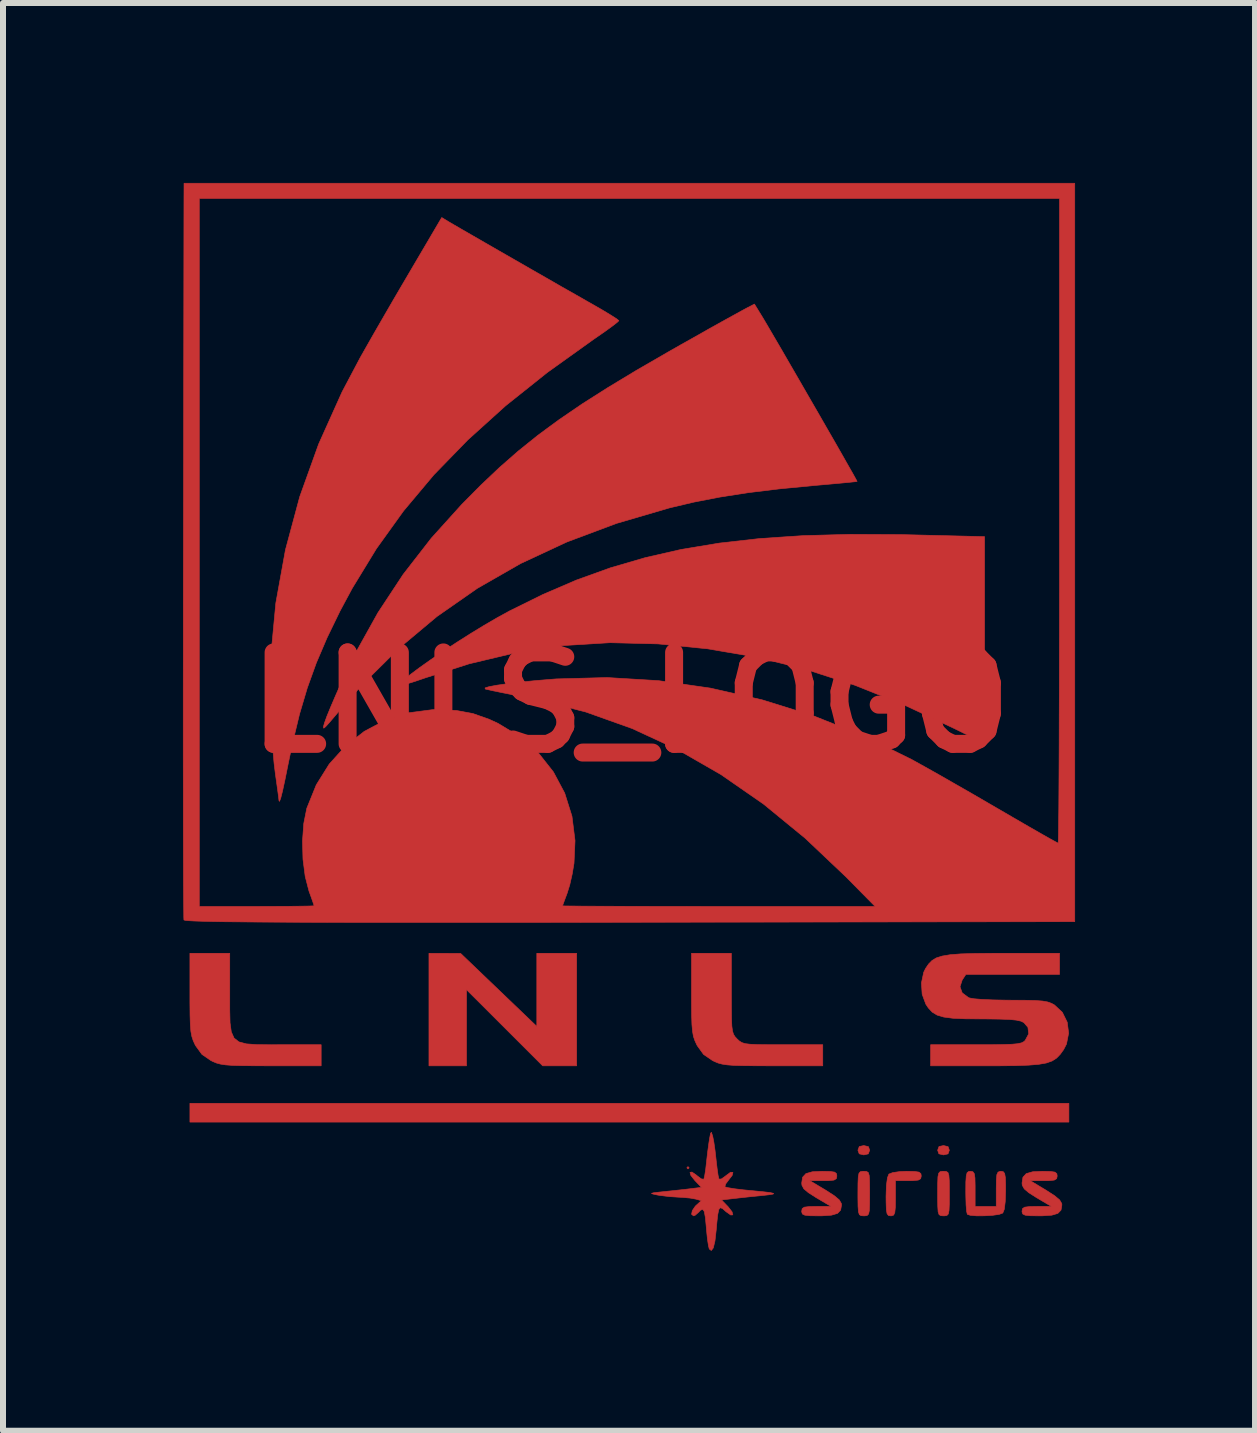
<source format=kicad_pcb>
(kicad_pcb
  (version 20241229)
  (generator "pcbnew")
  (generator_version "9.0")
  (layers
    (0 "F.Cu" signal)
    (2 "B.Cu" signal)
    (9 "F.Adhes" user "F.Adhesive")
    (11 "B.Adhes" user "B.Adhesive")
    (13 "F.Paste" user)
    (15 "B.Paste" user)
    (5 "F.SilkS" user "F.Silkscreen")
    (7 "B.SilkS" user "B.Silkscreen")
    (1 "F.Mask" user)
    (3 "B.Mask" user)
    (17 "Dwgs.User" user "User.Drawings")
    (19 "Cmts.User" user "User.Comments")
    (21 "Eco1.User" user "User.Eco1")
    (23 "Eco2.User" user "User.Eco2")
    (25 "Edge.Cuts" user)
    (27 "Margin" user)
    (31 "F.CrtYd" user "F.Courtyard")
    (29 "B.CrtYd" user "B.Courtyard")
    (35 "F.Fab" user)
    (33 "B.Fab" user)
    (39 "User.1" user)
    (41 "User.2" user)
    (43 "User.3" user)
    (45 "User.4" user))
  (footprint "LNLS_LOGO"
    (layer "F.Cu")
    (at 7.462 8.661)
    (property "Reference" "LNLS_LOGO" (at 0 0 0) (layer "F.Cu") (effects (font (size 1.524 1.524) (thickness 0.3))))
    (attr through_hole)
    (fp_poly (pts (xy 0.977 7.757) (xy 0.957 7.776) (xy 0.938 7.757) (xy 0.957 7.737) (xy 0.977 7.757)) (stroke (width 0.01) (type solid)) (fill yes) (layer "F.Cu"))
    (fp_poly (pts (xy 7.307 6.995) (xy -7.346 6.995) (xy -7.346 6.682) (xy 7.307 6.682) (xy 7.307 6.995)) (stroke (width 0.01) (type solid)) (fill yes) (layer "F.Cu"))
    (fp_poly (pts (xy 3.965 7.404) (xy 3.986 7.464) (xy 3.963 7.525) (xy 3.888 7.542) (xy 3.812 7.524) (xy 3.79 7.464) (xy 3.813 7.402) (xy 3.888 7.386) (xy 3.965 7.404)) (stroke (width 0.01) (type solid)) (fill yes) (layer "F.Cu"))
    (fp_poly (pts (xy 5.293 7.404) (xy 5.314 7.464) (xy 5.292 7.525) (xy 5.217 7.542) (xy 5.14 7.524) (xy 5.119 7.464) (xy 5.142 7.402) (xy 5.217 7.386) (xy 5.293 7.404)) (stroke (width 0.01) (type solid)) (fill yes) (layer "F.Cu"))
    (fp_poly (pts (xy -0.899 6.057) (xy -1.465 6.057) (xy -2.1 5.422) (xy -2.735 4.788) (xy -2.735 6.057) (xy -3.361 6.057) (xy -3.361 4.181) (xy -3.097 4.182) (xy -2.833 4.183) (xy -1.563 5.4) (xy -1.563 4.181) (xy -0.899 4.181) (xy -0.899 6.057)) (stroke (width 0.01) (type solid)) (fill yes) (layer "F.Cu"))
    (fp_poly (pts (xy 3.933 7.818) (xy 3.962 7.835) (xy 3.978 7.883) (xy 3.984 7.974) (xy 3.986 8.124) (xy 3.986 8.187) (xy 3.985 8.359) (xy 3.981 8.467) (xy 3.968 8.527) (xy 3.944 8.552) (xy 3.905 8.558) (xy 3.888 8.558) (xy 3.843 8.555) (xy 3.814 8.538) (xy 3.799 8.491) (xy 3.792 8.399) (xy 3.79 8.249) (xy 3.79 8.187) (xy 3.791 8.015) (xy 3.796 7.906) (xy 3.808 7.847) (xy 3.832 7.821) (xy 3.872 7.815) (xy 3.888 7.815) (xy 3.933 7.818)) (stroke (width 0.01) (type solid)) (fill yes) (layer "F.Cu"))
    (fp_poly (pts (xy 5.262 7.818) (xy 5.291 7.835) (xy 5.306 7.883) (xy 5.313 7.974) (xy 5.314 8.124) (xy 5.314 8.187) (xy 5.314 8.359) (xy 5.309 8.467) (xy 5.297 8.527) (xy 5.273 8.552) (xy 5.233 8.558) (xy 5.217 8.558) (xy 5.172 8.555) (xy 5.143 8.538) (xy 5.127 8.491) (xy 5.121 8.399) (xy 5.119 8.249) (xy 5.119 8.187) (xy 5.12 8.015) (xy 5.124 7.906) (xy 5.137 7.847) (xy 5.161 7.821) (xy 5.2 7.815) (xy 5.217 7.815) (xy 5.262 7.818)) (stroke (width 0.01) (type solid)) (fill yes) (layer "F.Cu"))
    (fp_poly (pts (xy 4.734 7.818) (xy 4.809 7.829) (xy 4.84 7.855) (xy 4.846 7.894) (xy 4.836 7.939) (xy 4.796 7.962) (xy 4.706 7.971) (xy 4.631 7.972) (xy 4.416 7.972) (xy 4.416 8.265) (xy 4.414 8.415) (xy 4.405 8.503) (xy 4.386 8.545) (xy 4.352 8.557) (xy 4.338 8.558) (xy 4.299 8.552) (xy 4.276 8.522) (xy 4.264 8.455) (xy 4.26 8.333) (xy 4.259 8.234) (xy 4.265 8.052) (xy 4.282 7.924) (xy 4.306 7.862) (xy 4.37 7.837) (xy 4.487 7.82) (xy 4.599 7.815) (xy 4.734 7.818)) (stroke (width 0.01) (type solid)) (fill yes) (layer "F.Cu"))
    (fp_poly (pts (xy -6.682 4.847) (xy -6.682 5.127) (xy -6.677 5.339) (xy -6.656 5.491) (xy -6.61 5.594) (xy -6.529 5.658) (xy -6.405 5.691) (xy -6.226 5.704) (xy -5.984 5.706) (xy -5.824 5.705) (xy -5.158 5.705) (xy -5.158 6.057) (xy -5.99 6.057) (xy -6.268 6.056) (xy -6.48 6.054) (xy -6.637 6.05) (xy -6.753 6.041) (xy -6.838 6.028) (xy -6.905 6.01) (xy -6.966 5.984) (xy -6.996 5.969) (xy -7.145 5.867) (xy -7.25 5.723) (xy -7.259 5.707) (xy -7.291 5.637) (xy -7.314 5.567) (xy -7.33 5.482) (xy -7.339 5.369) (xy -7.344 5.212) (xy -7.346 4.999) (xy -7.346 4.857) (xy -7.346 4.181) (xy -6.682 4.181) (xy -6.682 4.847)) (stroke (width 0.01) (type solid)) (fill yes) (layer "F.Cu"))
    (fp_poly (pts (xy 6.213 7.822) (xy 6.236 7.851) (xy 6.248 7.919) (xy 6.252 8.04) (xy 6.252 8.14) (xy 6.246 8.321) (xy 6.23 8.449) (xy 6.205 8.511) (xy 6.146 8.533) (xy 6.037 8.549) (xy 5.902 8.557) (xy 5.769 8.558) (xy 5.664 8.549) (xy 5.614 8.532) (xy 5.602 8.483) (xy 5.593 8.376) (xy 5.589 8.23) (xy 5.588 8.161) (xy 5.589 7.995) (xy 5.596 7.893) (xy 5.61 7.839) (xy 5.637 7.818) (xy 5.666 7.815) (xy 5.706 7.822) (xy 5.73 7.854) (xy 5.741 7.926) (xy 5.744 8.056) (xy 5.744 8.108) (xy 5.744 8.402) (xy 6.096 8.402) (xy 6.096 8.108) (xy 6.098 7.959) (xy 6.106 7.871) (xy 6.126 7.829) (xy 6.16 7.816) (xy 6.174 7.815) (xy 6.213 7.822)) (stroke (width 0.01) (type solid)) (fill yes) (layer "F.Cu"))
    (fp_poly (pts (xy 3.327 7.818) (xy 3.402 7.829) (xy 3.433 7.855) (xy 3.439 7.894) (xy 3.43 7.938) (xy 3.391 7.962) (xy 3.304 7.971) (xy 3.214 7.972) (xy 2.989 7.972) (xy 3.253 8.13) (xy 3.397 8.223) (xy 3.48 8.293) (xy 3.514 8.353) (xy 3.517 8.376) (xy 3.502 8.462) (xy 3.45 8.517) (xy 3.348 8.547) (xy 3.184 8.558) (xy 3.138 8.558) (xy 2.99 8.556) (xy 2.905 8.547) (xy 2.864 8.527) (xy 2.853 8.491) (xy 2.853 8.48) (xy 2.861 8.437) (xy 2.897 8.413) (xy 2.98 8.403) (xy 3.097 8.401) (xy 3.341 8.4) (xy 3.097 8.256) (xy 2.965 8.172) (xy 2.889 8.108) (xy 2.857 8.049) (xy 2.853 8.01) (xy 2.868 7.914) (xy 2.923 7.854) (xy 3.03 7.823) (xy 3.193 7.815) (xy 3.327 7.818)) (stroke (width 0.01) (type solid)) (fill yes) (layer "F.Cu"))
    (fp_poly (pts (xy 7.001 7.818) (xy 7.075 7.829) (xy 7.106 7.855) (xy 7.112 7.894) (xy 7.103 7.938) (xy 7.064 7.962) (xy 6.977 7.971) (xy 6.887 7.972) (xy 6.663 7.972) (xy 6.926 8.13) (xy 7.07 8.223) (xy 7.153 8.293) (xy 7.188 8.353) (xy 7.19 8.376) (xy 7.176 8.462) (xy 7.123 8.517) (xy 7.022 8.547) (xy 6.858 8.558) (xy 6.811 8.558) (xy 6.664 8.556) (xy 6.578 8.547) (xy 6.538 8.527) (xy 6.526 8.491) (xy 6.526 8.48) (xy 6.534 8.437) (xy 6.571 8.413) (xy 6.653 8.403) (xy 6.77 8.401) (xy 7.014 8.4) (xy 6.77 8.256) (xy 6.638 8.172) (xy 6.563 8.108) (xy 6.53 8.049) (xy 6.526 8.01) (xy 6.541 7.914) (xy 6.596 7.854) (xy 6.703 7.823) (xy 6.866 7.815) (xy 7.001 7.818)) (stroke (width 0.01) (type solid)) (fill yes) (layer "F.Cu"))
    (fp_poly (pts (xy 1.68 4.847) (xy 1.681 5.09) (xy 1.683 5.267) (xy 1.688 5.392) (xy 1.699 5.475) (xy 1.716 5.531) (xy 1.741 5.571) (xy 1.775 5.608) (xy 1.776 5.609) (xy 1.814 5.644) (xy 1.854 5.669) (xy 1.909 5.687) (xy 1.992 5.697) (xy 2.115 5.703) (xy 2.291 5.705) (xy 2.532 5.705) (xy 3.204 5.705) (xy 3.204 6.057) (xy 2.372 6.057) (xy 2.095 6.056) (xy 1.883 6.054) (xy 1.725 6.05) (xy 1.61 6.041) (xy 1.525 6.028) (xy 1.458 6.01) (xy 1.397 5.984) (xy 1.366 5.969) (xy 1.217 5.867) (xy 1.113 5.723) (xy 1.104 5.707) (xy 1.072 5.637) (xy 1.048 5.567) (xy 1.033 5.482) (xy 1.023 5.369) (xy 1.018 5.212) (xy 1.016 4.999) (xy 1.016 4.857) (xy 1.016 4.181) (xy 1.68 4.181) (xy 1.68 4.847)) (stroke (width 0.01) (type solid)) (fill yes) (layer "F.Cu"))
    (fp_poly (pts (xy 4.504 -2.799) (xy 4.713 -2.794) (xy 5.901 -2.765) (xy 5.901 -1.051) (xy 5.9 -0.693) (xy 5.898 -0.361) (xy 5.895 -0.062) (xy 5.891 0.195) (xy 5.887 0.404) (xy 5.881 0.556) (xy 5.876 0.643) (xy 5.871 0.661) (xy 5.827 0.643) (xy 5.727 0.597) (xy 5.587 0.528) (xy 5.421 0.446) (xy 5.412 0.441) (xy 4.563 0.042) (xy 3.735 -0.289) (xy 2.919 -0.553) (xy 2.106 -0.754) (xy 1.285 -0.895) (xy 0.456 -0.977) (xy -0.342 -0.997) (xy -1.126 -0.949) (xy -1.905 -0.832) (xy -2.69 -0.645) (xy -3.421 -0.411) (xy -3.585 -0.355) (xy -3.722 -0.312) (xy -3.816 -0.289) (xy -3.847 -0.286) (xy -3.843 -0.314) (xy -3.78 -0.377) (xy -3.668 -0.469) (xy -3.515 -0.583) (xy -3.33 -0.714) (xy -3.121 -0.855) (xy -2.898 -1.002) (xy -2.668 -1.148) (xy -2.44 -1.287) (xy -2.224 -1.413) (xy -2.027 -1.521) (xy -2.026 -1.522) (xy -1.463 -1.8) (xy -0.903 -2.041) (xy -0.336 -2.245) (xy 0.246 -2.415) (xy 0.85 -2.553) (xy 1.486 -2.658) (xy 2.16 -2.734) (xy 2.883 -2.782) (xy 3.661 -2.803) (xy 4.504 -2.799)) (stroke (width 0.01) (type solid)) (fill yes) (layer "F.Cu"))
    (fp_poly (pts (xy -3.03 -8.013) (xy -2.958 -7.971) (xy -2.829 -7.896) (xy -2.652 -7.794) (xy -2.437 -7.67) (xy -2.196 -7.531) (xy -1.936 -7.382) (xy -1.67 -7.229) (xy -1.406 -7.078) (xy -1.156 -6.934) (xy -0.928 -6.805) (xy -0.734 -6.694) (xy -0.616 -6.627) (xy -0.455 -6.534) (xy -0.323 -6.454) (xy -0.232 -6.396) (xy -0.196 -6.366) (xy -0.195 -6.365) (xy -0.226 -6.335) (xy -0.309 -6.271) (xy -0.433 -6.181) (xy -0.586 -6.075) (xy -0.615 -6.055) (xy -1.386 -5.503) (xy -2.084 -4.946) (xy -2.713 -4.378) (xy -3.279 -3.796) (xy -3.785 -3.193) (xy -4.237 -2.564) (xy -4.64 -1.904) (xy -4.844 -1.524) (xy -5.059 -1.081) (xy -5.238 -0.662) (xy -5.389 -0.244) (xy -5.519 0.194) (xy -5.635 0.675) (xy -5.706 1.014) (xy -5.76 1.282) (xy -5.802 1.476) (xy -5.833 1.598) (xy -5.853 1.649) (xy -5.862 1.632) (xy -5.863 1.618) (xy -5.869 1.567) (xy -5.884 1.456) (xy -5.905 1.305) (xy -5.921 1.192) (xy -5.943 1.013) (xy -5.964 0.78) (xy -5.983 0.519) (xy -5.998 0.255) (xy -6.003 0.137) (xy -5.998 -0.761) (xy -5.914 -1.656) (xy -5.753 -2.546) (xy -5.515 -3.431) (xy -5.2 -4.308) (xy -4.809 -5.178) (xy -4.507 -5.749) (xy -4.409 -5.922) (xy -4.281 -6.147) (xy -4.131 -6.407) (xy -3.969 -6.687) (xy -3.804 -6.969) (xy -3.69 -7.163) (xy -3.148 -8.085) (xy -3.03 -8.013)) (stroke (width 0.01) (type solid)) (fill yes) (layer "F.Cu"))
    (fp_poly (pts (xy 2.167 -6.476) (xy 2.217 -6.394) (xy 2.296 -6.26) (xy 2.4 -6.082) (xy 2.524 -5.87) (xy 2.662 -5.631) (xy 2.811 -5.374) (xy 2.964 -5.108) (xy 3.118 -4.842) (xy 3.266 -4.584) (xy 3.405 -4.343) (xy 3.529 -4.126) (xy 3.632 -3.944) (xy 3.712 -3.804) (xy 3.761 -3.715) (xy 3.776 -3.686) (xy 3.737 -3.68) (xy 3.632 -3.669) (xy 3.474 -3.654) (xy 3.275 -3.636) (xy 3.047 -3.616) (xy 2.469 -3.56) (xy 1.954 -3.497) (xy 1.487 -3.424) (xy 1.054 -3.34) (xy 0.648 -3.244) (xy -0.236 -2.985) (xy -1.061 -2.676) (xy -1.832 -2.317) (xy -2.553 -1.904) (xy -3.227 -1.434) (xy -3.86 -0.904) (xy -4.456 -0.314) (xy -4.787 0.059) (xy -4.922 0.218) (xy -5.014 0.326) (xy -5.072 0.391) (xy -5.104 0.422) (xy -5.117 0.427) (xy -5.119 0.413) (xy -5.119 0.4) (xy -5.103 0.341) (xy -5.061 0.226) (xy -4.997 0.07) (xy -4.918 -0.114) (xy -4.831 -0.311) (xy -4.742 -0.506) (xy -4.657 -0.685) (xy -4.599 -0.801) (xy -4.212 -1.496) (xy -3.791 -2.135) (xy -3.322 -2.739) (xy -2.814 -3.302) (xy -2.498 -3.621) (xy -2.188 -3.915) (xy -1.874 -4.19) (xy -1.546 -4.454) (xy -1.194 -4.713) (xy -0.809 -4.976) (xy -0.381 -5.248) (xy 0.099 -5.538) (xy 0.625 -5.842) (xy 0.846 -5.968) (xy 1.078 -6.098) (xy 1.307 -6.228) (xy 1.522 -6.348) (xy 1.709 -6.451) (xy 1.854 -6.531) (xy 1.945 -6.58) (xy 1.947 -6.581) (xy 2.065 -6.642) (xy 2.167 -6.476)) (stroke (width 0.01) (type solid)) (fill yes) (layer "F.Cu"))
    (fp_poly (pts (xy 7.151 4.533) (xy 5.59 4.533) (xy 5.528 4.628) (xy 5.492 4.739) (xy 5.529 4.841) (xy 5.632 4.918) (xy 5.652 4.926) (xy 5.724 4.939) (xy 5.858 4.95) (xy 6.038 4.958) (xy 6.246 4.962) (xy 6.343 4.963) (xy 6.576 4.964) (xy 6.746 4.968) (xy 6.867 4.977) (xy 6.952 4.992) (xy 7.017 5.015) (xy 7.066 5.042) (xy 7.198 5.165) (xy 7.279 5.329) (xy 7.303 5.512) (xy 7.267 5.694) (xy 7.219 5.787) (xy 7.162 5.866) (xy 7.102 5.928) (xy 7.029 5.975) (xy 6.934 6.009) (xy 6.805 6.032) (xy 6.635 6.046) (xy 6.412 6.054) (xy 6.126 6.057) (xy 5.93 6.057) (xy 5.002 6.057) (xy 5.002 5.705) (xy 5.758 5.705) (xy 6.022 5.705) (xy 6.218 5.702) (xy 6.359 5.697) (xy 6.455 5.688) (xy 6.517 5.674) (xy 6.556 5.654) (xy 6.578 5.634) (xy 6.637 5.524) (xy 6.624 5.415) (xy 6.556 5.336) (xy 6.507 5.312) (xy 6.43 5.295) (xy 6.314 5.284) (xy 6.147 5.278) (xy 5.917 5.275) (xy 5.851 5.275) (xy 5.579 5.273) (xy 5.373 5.264) (xy 5.221 5.244) (xy 5.11 5.211) (xy 5.028 5.161) (xy 4.964 5.092) (xy 4.922 5.029) (xy 4.861 4.864) (xy 4.849 4.675) (xy 4.887 4.497) (xy 4.919 4.432) (xy 4.969 4.359) (xy 5.025 4.302) (xy 5.097 4.258) (xy 5.195 4.227) (xy 5.327 4.205) (xy 5.504 4.191) (xy 5.736 4.184) (xy 6.031 4.181) (xy 6.209 4.181) (xy 7.151 4.181) (xy 7.151 4.533)) (stroke (width 0.01) (type solid)) (fill yes) (layer "F.Cu"))
    (fp_poly (pts (xy 1.364 7.215) (xy 1.37 7.235) (xy 1.388 7.326) (xy 1.408 7.465) (xy 1.426 7.623) (xy 1.426 7.626) (xy 1.443 7.77) (xy 1.459 7.883) (xy 1.473 7.943) (xy 1.474 7.945) (xy 1.512 7.944) (xy 1.578 7.898) (xy 1.587 7.89) (xy 1.667 7.831) (xy 1.706 7.833) (xy 1.694 7.884) (xy 1.641 7.952) (xy 1.587 8.024) (xy 1.572 8.071) (xy 1.575 8.075) (xy 1.622 8.088) (xy 1.729 8.106) (xy 1.878 8.124) (xy 1.982 8.134) (xy 2.19 8.154) (xy 2.323 8.169) (xy 2.384 8.183) (xy 2.377 8.195) (xy 2.305 8.207) (xy 2.17 8.222) (xy 2.169 8.222) (xy 1.995 8.239) (xy 1.821 8.258) (xy 1.706 8.271) (xy 1.517 8.293) (xy 1.625 8.405) (xy 1.692 8.491) (xy 1.705 8.541) (xy 1.67 8.544) (xy 1.592 8.489) (xy 1.583 8.481) (xy 1.531 8.435) (xy 1.494 8.423) (xy 1.47 8.454) (xy 1.453 8.539) (xy 1.437 8.686) (xy 1.428 8.791) (xy 1.407 8.977) (xy 1.379 9.093) (xy 1.346 9.136) (xy 1.312 9.11) (xy 1.298 9.054) (xy 1.281 8.942) (xy 1.266 8.795) (xy 1.263 8.755) (xy 1.247 8.586) (xy 1.229 8.487) (xy 1.203 8.449) (xy 1.166 8.464) (xy 1.133 8.499) (xy 1.077 8.548) (xy 1.05 8.558) (xy 1.017 8.532) (xy 1.029 8.471) (xy 1.079 8.397) (xy 1.098 8.379) (xy 1.18 8.305) (xy 1.088 8.279) (xy 0.994 8.262) (xy 0.863 8.25) (xy 0.801 8.247) (xy 0.646 8.237) (xy 0.493 8.218) (xy 0.449 8.211) (xy 0.372 8.194) (xy 0.348 8.183) (xy 0.385 8.173) (xy 0.488 8.161) (xy 0.567 8.153) (xy 0.736 8.135) (xy 0.902 8.117) (xy 1.011 8.104) (xy 1.181 8.083) (xy 1.072 7.969) (xy 1.005 7.884) (xy 0.991 7.833) (xy 1.024 7.828) (xy 1.099 7.88) (xy 1.11 7.89) (xy 1.178 7.941) (xy 1.22 7.948) (xy 1.222 7.945) (xy 1.235 7.892) (xy 1.252 7.785) (xy 1.266 7.659) (xy 1.284 7.501) (xy 1.304 7.353) (xy 1.317 7.268) (xy 1.334 7.181) (xy 1.347 7.165) (xy 1.364 7.215)) (stroke (width 0.01) (type solid)) (fill yes) (layer "F.Cu"))
    (fp_poly (pts (xy 7.405 3.654) (xy -0.011 3.664) (xy -0.937 3.665) (xy -1.787 3.666) (xy -2.565 3.666) (xy -3.274 3.666) (xy -3.915 3.666) (xy -4.492 3.666) (xy -5.008 3.665) (xy -5.466 3.664) (xy -5.868 3.662) (xy -6.217 3.66) (xy -6.516 3.657) (xy -6.767 3.655) (xy -6.975 3.651) (xy -7.14 3.647) (xy -7.267 3.643) (xy -7.358 3.638) (xy -7.415 3.633) (xy -7.443 3.627) (xy -7.446 3.624) (xy -7.448 3.581) (xy -7.449 3.463) (xy -7.451 3.275) (xy -7.453 3.022) (xy -7.454 2.708) (xy -7.455 2.337) (xy -7.456 1.912) (xy -7.456 1.44) (xy -7.457 0.923) (xy -7.457 0.366) (xy -7.457 -0.227) (xy -7.456 -0.852) (xy -7.456 -1.504) (xy -7.455 -2.179) (xy -7.454 -2.54) (xy -7.445 -8.402) (xy -7.19 -8.402) (xy -7.19 3.4) (xy -6.233 3.4) (xy -5.969 3.399) (xy -5.732 3.398) (xy -5.534 3.396) (xy -5.386 3.394) (xy -5.297 3.391) (xy -5.275 3.389) (xy -5.288 3.349) (xy -5.32 3.257) (xy -5.361 3.144) (xy -5.424 2.901) (xy -5.461 2.613) (xy -5.469 2.308) (xy -5.448 2.017) (xy -5.398 1.766) (xy -5.396 1.76) (xy -5.239 1.372) (xy -5.023 1.026) (xy -4.753 0.727) (xy -4.439 0.481) (xy -4.086 0.294) (xy -3.703 0.172) (xy -3.298 0.119) (xy -3.219 0.118) (xy -2.905 0.133) (xy -2.629 0.184) (xy -2.357 0.28) (xy -2.208 0.349) (xy -1.844 0.569) (xy -1.536 0.841) (xy -1.286 1.158) (xy -1.098 1.511) (xy -0.977 1.896) (xy -0.926 2.303) (xy -0.943 2.68) (xy -0.973 2.86) (xy -1.014 3.041) (xy -1.057 3.179) (xy -1.099 3.291) (xy -1.127 3.368) (xy -1.133 3.39) (xy -1.095 3.392) (xy -0.985 3.393) (xy -0.81 3.395) (xy -0.576 3.396) (xy -0.29 3.397) (xy 0.043 3.398) (xy 0.415 3.399) (xy 0.821 3.399) (xy 1.253 3.4) (xy 1.472 3.4) (xy 4.077 3.4) (xy 3.592 2.908) (xy 2.911 2.263) (xy 2.217 1.694) (xy 1.506 1.201) (xy 0.776 0.781) (xy 0.026 0.434) (xy -0.745 0.159) (xy -1.541 -0.046) (xy -1.719 -0.081) (xy -1.938 -0.123) (xy -2.132 -0.162) (xy -2.287 -0.194) (xy -2.39 -0.217) (xy -2.423 -0.225) (xy -2.425 -0.243) (xy -2.358 -0.264) (xy -2.23 -0.288) (xy -2.051 -0.314) (xy -1.829 -0.341) (xy -1.572 -0.366) (xy -1.29 -0.389) (xy -1.24 -0.393) (xy -0.392 -0.416) (xy 0.467 -0.364) (xy 1.33 -0.24) (xy 2.191 -0.045) (xy 3.042 0.22) (xy 3.877 0.552) (xy 4.688 0.951) (xy 4.729 0.974) (xy 4.9 1.069) (xy 5.123 1.194) (xy 5.381 1.342) (xy 5.661 1.502) (xy 5.945 1.667) (xy 6.162 1.793) (xy 6.408 1.936) (xy 6.632 2.066) (xy 6.824 2.176) (xy 6.977 2.263) (xy 7.081 2.32) (xy 7.127 2.344) (xy 7.129 2.345) (xy 7.131 2.306) (xy 7.134 2.194) (xy 7.136 2.013) (xy 7.139 1.767) (xy 7.141 1.461) (xy 7.143 1.098) (xy 7.145 0.685) (xy 7.146 0.224) (xy 7.148 -0.279) (xy 7.149 -0.819) (xy 7.15 -1.394) (xy 7.151 -1.998) (xy 7.151 -2.626) (xy 7.151 -3.028) (xy 7.151 -8.402) (xy -7.19 -8.402) (xy -7.445 -8.402) (xy -7.444 -8.656) (xy 7.405 -8.656) (xy 7.405 3.654)) (stroke (width 0.01) (type solid)) (fill yes) (layer "F.Cu")))
  (gr_rect
    (start -3 -3)
    (end 17.872 20.801)
    (stroke (width 0.1) (type default))
    (fill no)
    (layer "Edge.Cuts")))
</source>
